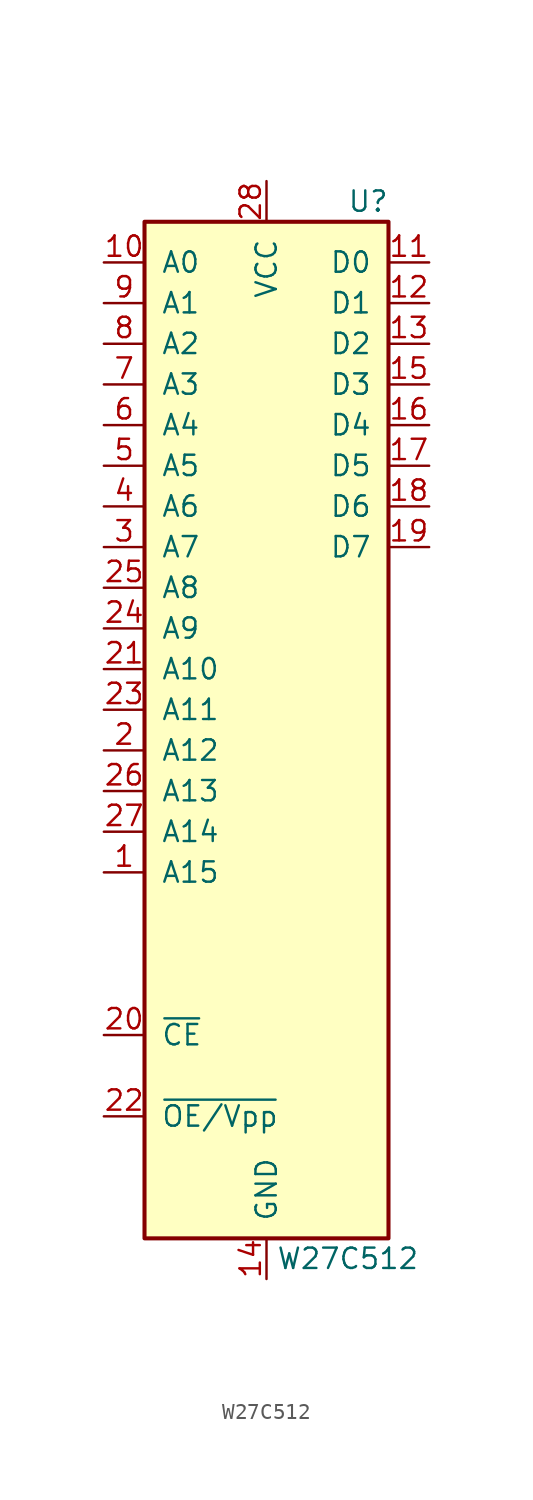
<source format=kicad_sym>
(kicad_symbol_lib
  (version 20220914)
  (generator kicad_symbol_editor)
  (symbol "W27C512"
    (pin_names
      (offset 1.016))
    (property "Reference" "U"
      (at 6.35 33.02 0)
      (effects (font (size 1.27 1.27))))
    (property "Value" "W27C512"
      (at 5.08 -33.02 0)
      (effects (font (size 1.27 1.27))))
    (symbol "W27C512_1_1"
      (rectangle (start -7.62 31.75) (end 7.62 -31.75) (stroke (width 0.254) (type default)) (fill (type background)))
      (pin input line (at -10.16 -8.89 0) (length 2.54) (name "A15" (effects (font (size 1.27 1.27)))) (number "1" (effects (font (size 1.27 1.27)))))
      (pin input line (at -10.16 29.21 0) (length 2.54) (name "A0" (effects (font (size 1.27 1.27)))) (number "10" (effects (font (size 1.27 1.27)))))
      (pin tri_state line (at 10.16 29.21 180) (length 2.54) (name "D0" (effects (font (size 1.27 1.27)))) (number "11" (effects (font (size 1.27 1.27)))))
      (pin tri_state line (at 10.16 26.67 180) (length 2.54) (name "D1" (effects (font (size 1.27 1.27)))) (number "12" (effects (font (size 1.27 1.27)))))
      (pin tri_state line (at 10.16 24.13 180) (length 2.54) (name "D2" (effects (font (size 1.27 1.27)))) (number "13" (effects (font (size 1.27 1.27)))))
      (pin power_in line (at 0 -34.29 90) (length 2.54) (name "GND" (effects (font (size 1.27 1.27)))) (number "14" (effects (font (size 1.27 1.27)))))
      (pin tri_state line (at 10.16 21.59 180) (length 2.54) (name "D3" (effects (font (size 1.27 1.27)))) (number "15" (effects (font (size 1.27 1.27)))))
      (pin tri_state line (at 10.16 19.05 180) (length 2.54) (name "D4" (effects (font (size 1.27 1.27)))) (number "16" (effects (font (size 1.27 1.27)))))
      (pin tri_state line (at 10.16 16.51 180) (length 2.54) (name "D5" (effects (font (size 1.27 1.27)))) (number "17" (effects (font (size 1.27 1.27)))))
      (pin tri_state line (at 10.16 13.97 180) (length 2.54) (name "D6" (effects (font (size 1.27 1.27)))) (number "18" (effects (font (size 1.27 1.27)))))
      (pin tri_state line (at 10.16 11.43 180) (length 2.54) (name "D7" (effects (font (size 1.27 1.27)))) (number "19" (effects (font (size 1.27 1.27)))))
      (pin input line (at -10.16 -1.27 0) (length 2.54) (name "A12" (effects (font (size 1.27 1.27)))) (number "2" (effects (font (size 1.27 1.27)))))
      (pin input line (at -10.16 -19.05 0) (length 2.54) (name "~{CE}" (effects (font (size 1.27 1.27)))) (number "20" (effects (font (size 1.27 1.27)))))
      (pin input line (at -10.16 3.81 0) (length 2.54) (name "A10" (effects (font (size 1.27 1.27)))) (number "21" (effects (font (size 1.27 1.27)))))
      (pin input line (at -10.16 -24.13 0) (length 2.54) (name "~{OE/Vpp}" (effects (font (size 1.27 1.27)))) (number "22" (effects (font (size 1.27 1.27)))))
      (pin input line (at -10.16 1.27 0) (length 2.54) (name "A11" (effects (font (size 1.27 1.27)))) (number "23" (effects (font (size 1.27 1.27)))))
      (pin input line (at -10.16 6.35 0) (length 2.54) (name "A9" (effects (font (size 1.27 1.27)))) (number "24" (effects (font (size 1.27 1.27)))))
      (pin input line (at -10.16 8.89 0) (length 2.54) (name "A8" (effects (font (size 1.27 1.27)))) (number "25" (effects (font (size 1.27 1.27)))))
      (pin input line (at -10.16 -3.81 0) (length 2.54) (name "A13" (effects (font (size 1.27 1.27)))) (number "26" (effects (font (size 1.27 1.27)))))
      (pin input line (at -10.16 -6.35 0) (length 2.54) (name "A14" (effects (font (size 1.27 1.27)))) (number "27" (effects (font (size 1.27 1.27)))))
      (pin power_in line (at 0 34.29 270) (length 2.54) (name "VCC" (effects (font (size 1.27 1.27)))) (number "28" (effects (font (size 1.27 1.27)))))
      (pin input line (at -10.16 11.43 0) (length 2.54) (name "A7" (effects (font (size 1.27 1.27)))) (number "3" (effects (font (size 1.27 1.27)))))
      (pin input line (at -10.16 13.97 0) (length 2.54) (name "A6" (effects (font (size 1.27 1.27)))) (number "4" (effects (font (size 1.27 1.27)))))
      (pin input line (at -10.16 16.51 0) (length 2.54) (name "A5" (effects (font (size 1.27 1.27)))) (number "5" (effects (font (size 1.27 1.27)))))
      (pin input line (at -10.16 19.05 0) (length 2.54) (name "A4" (effects (font (size 1.27 1.27)))) (number "6" (effects (font (size 1.27 1.27)))))
      (pin input line (at -10.16 21.59 0) (length 2.54) (name "A3" (effects (font (size 1.27 1.27)))) (number "7" (effects (font (size 1.27 1.27)))))
      (pin input line (at -10.16 24.13 0) (length 2.54) (name "A2" (effects (font (size 1.27 1.27)))) (number "8" (effects (font (size 1.27 1.27)))))
      (pin input line (at -10.16 26.67 0) (length 2.54) (name "A1" (effects (font (size 1.27 1.27)))) (number "9" (effects (font (size 1.27 1.27))))))))
</source>
